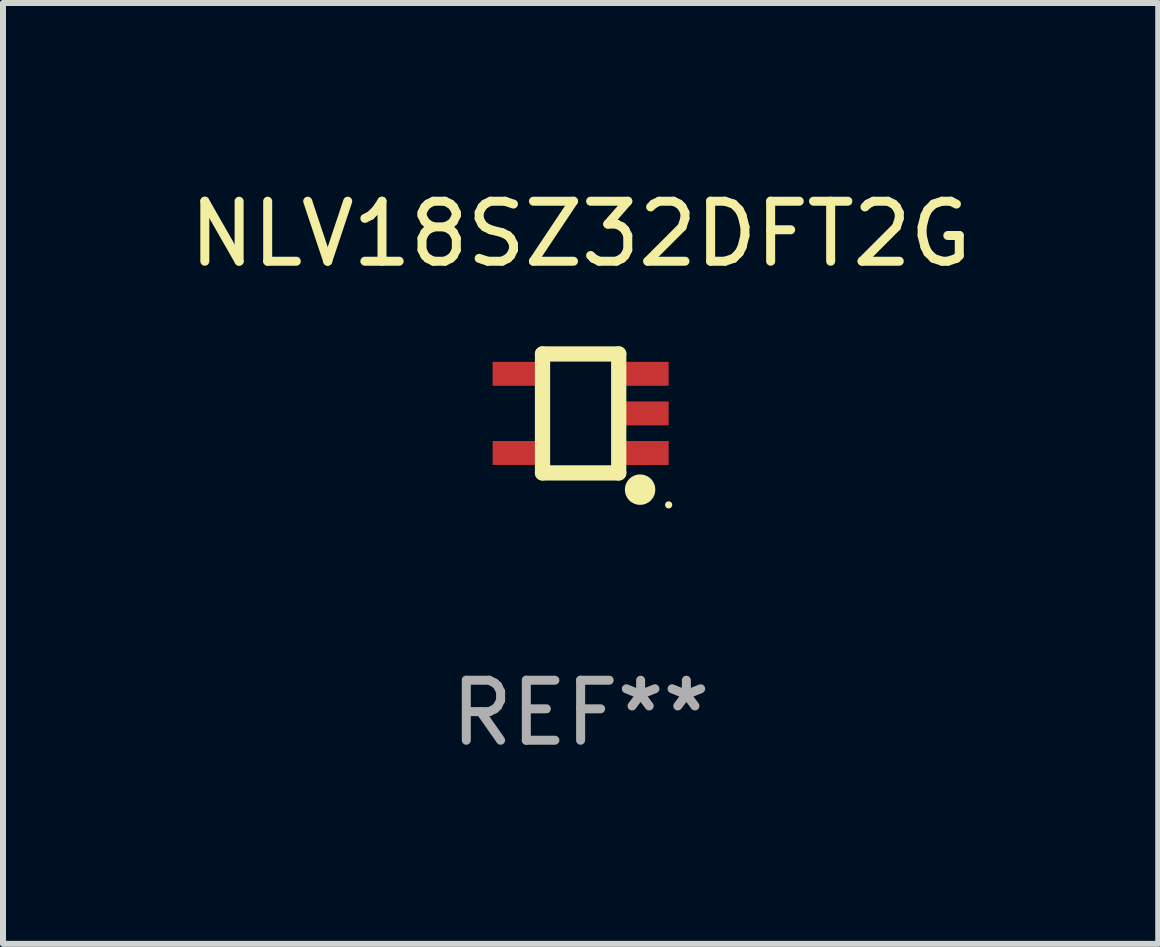
<source format=kicad_pcb>
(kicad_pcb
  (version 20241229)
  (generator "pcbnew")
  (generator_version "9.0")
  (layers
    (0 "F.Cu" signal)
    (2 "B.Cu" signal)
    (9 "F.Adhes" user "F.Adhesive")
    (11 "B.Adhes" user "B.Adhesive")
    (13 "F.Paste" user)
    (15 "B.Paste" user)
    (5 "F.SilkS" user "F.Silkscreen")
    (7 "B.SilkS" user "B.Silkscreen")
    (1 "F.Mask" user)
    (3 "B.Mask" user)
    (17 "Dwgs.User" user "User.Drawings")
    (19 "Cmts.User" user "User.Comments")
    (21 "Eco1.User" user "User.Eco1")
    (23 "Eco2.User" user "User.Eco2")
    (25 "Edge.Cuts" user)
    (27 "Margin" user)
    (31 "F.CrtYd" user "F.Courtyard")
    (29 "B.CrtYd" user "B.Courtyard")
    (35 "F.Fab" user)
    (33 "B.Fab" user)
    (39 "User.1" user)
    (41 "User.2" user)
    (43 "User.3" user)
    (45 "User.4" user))
  (footprint "NLV18SZ32DFT2G"
    (layer "F.Cu")
    (at 6.625 3.839)
    (property "Reference" "NLV18SZ32DFT2G" (at 0 -2.991 0) (layer "F.SilkS") (effects (font (size 1 1) (thickness 0.15))))
    (attr through_hole)
    (fp_line (start -0.635 -0.991) (end 0.635 -0.991) (stroke (width 0.254) (type solid)) (layer "F.SilkS"))
    (fp_line (start -0.635 0.991) (end -0.635 -0.991) (stroke (width 0.254) (type solid)) (layer "F.SilkS"))
    (fp_line (start 0.635 -0.991) (end 0.635 0.991) (stroke (width 0.254) (type solid)) (layer "F.SilkS"))
    (fp_line (start 0.635 0.991) (end -0.635 0.991) (stroke (width 0.254) (type solid)) (layer "F.SilkS"))
    (fp_circle (center 0.991 1.27) (end 1.118 1.27) (stroke (width 0.254) (type solid)) (fill no) (layer "F.SilkS"))
    (fp_circle (center 1.467 1.524) (end 1.497 1.524) (stroke (width 0.06) (type solid)) (fill no) (layer "F.SilkS"))
    (fp_text user "REF**" (at 0 4.991 0) (layer "F.Fab") (effects (font (size 1 1) (thickness 0.15))))
    (pad "1" smd rect (at 1.067 0.66 180) (size 0.8 0.399) (layers "F.Cu" "F.Mask" "F.Paste"))
    (pad "2" smd rect (at 1.067 0 180) (size 0.8 0.399) (layers "F.Cu" "F.Mask" "F.Paste"))
    (pad "3" smd rect (at 1.067 -0.66 180) (size 0.8 0.399) (layers "F.Cu" "F.Mask" "F.Paste"))
    (pad "4" smd rect (at -1.067 -0.66 180) (size 0.8 0.399) (layers "F.Cu" "F.Mask" "F.Paste"))
    (pad "5" smd rect (at -1.066 0.659 180) (size 0.8 0.399) (layers "F.Cu" "F.Mask" "F.Paste")))
  (gr_rect
    (start -3 -3)
    (end 16.25 12.678)
    (stroke (width 0.1) (type default))
    (fill no)
    (layer "Edge.Cuts")))
</source>
